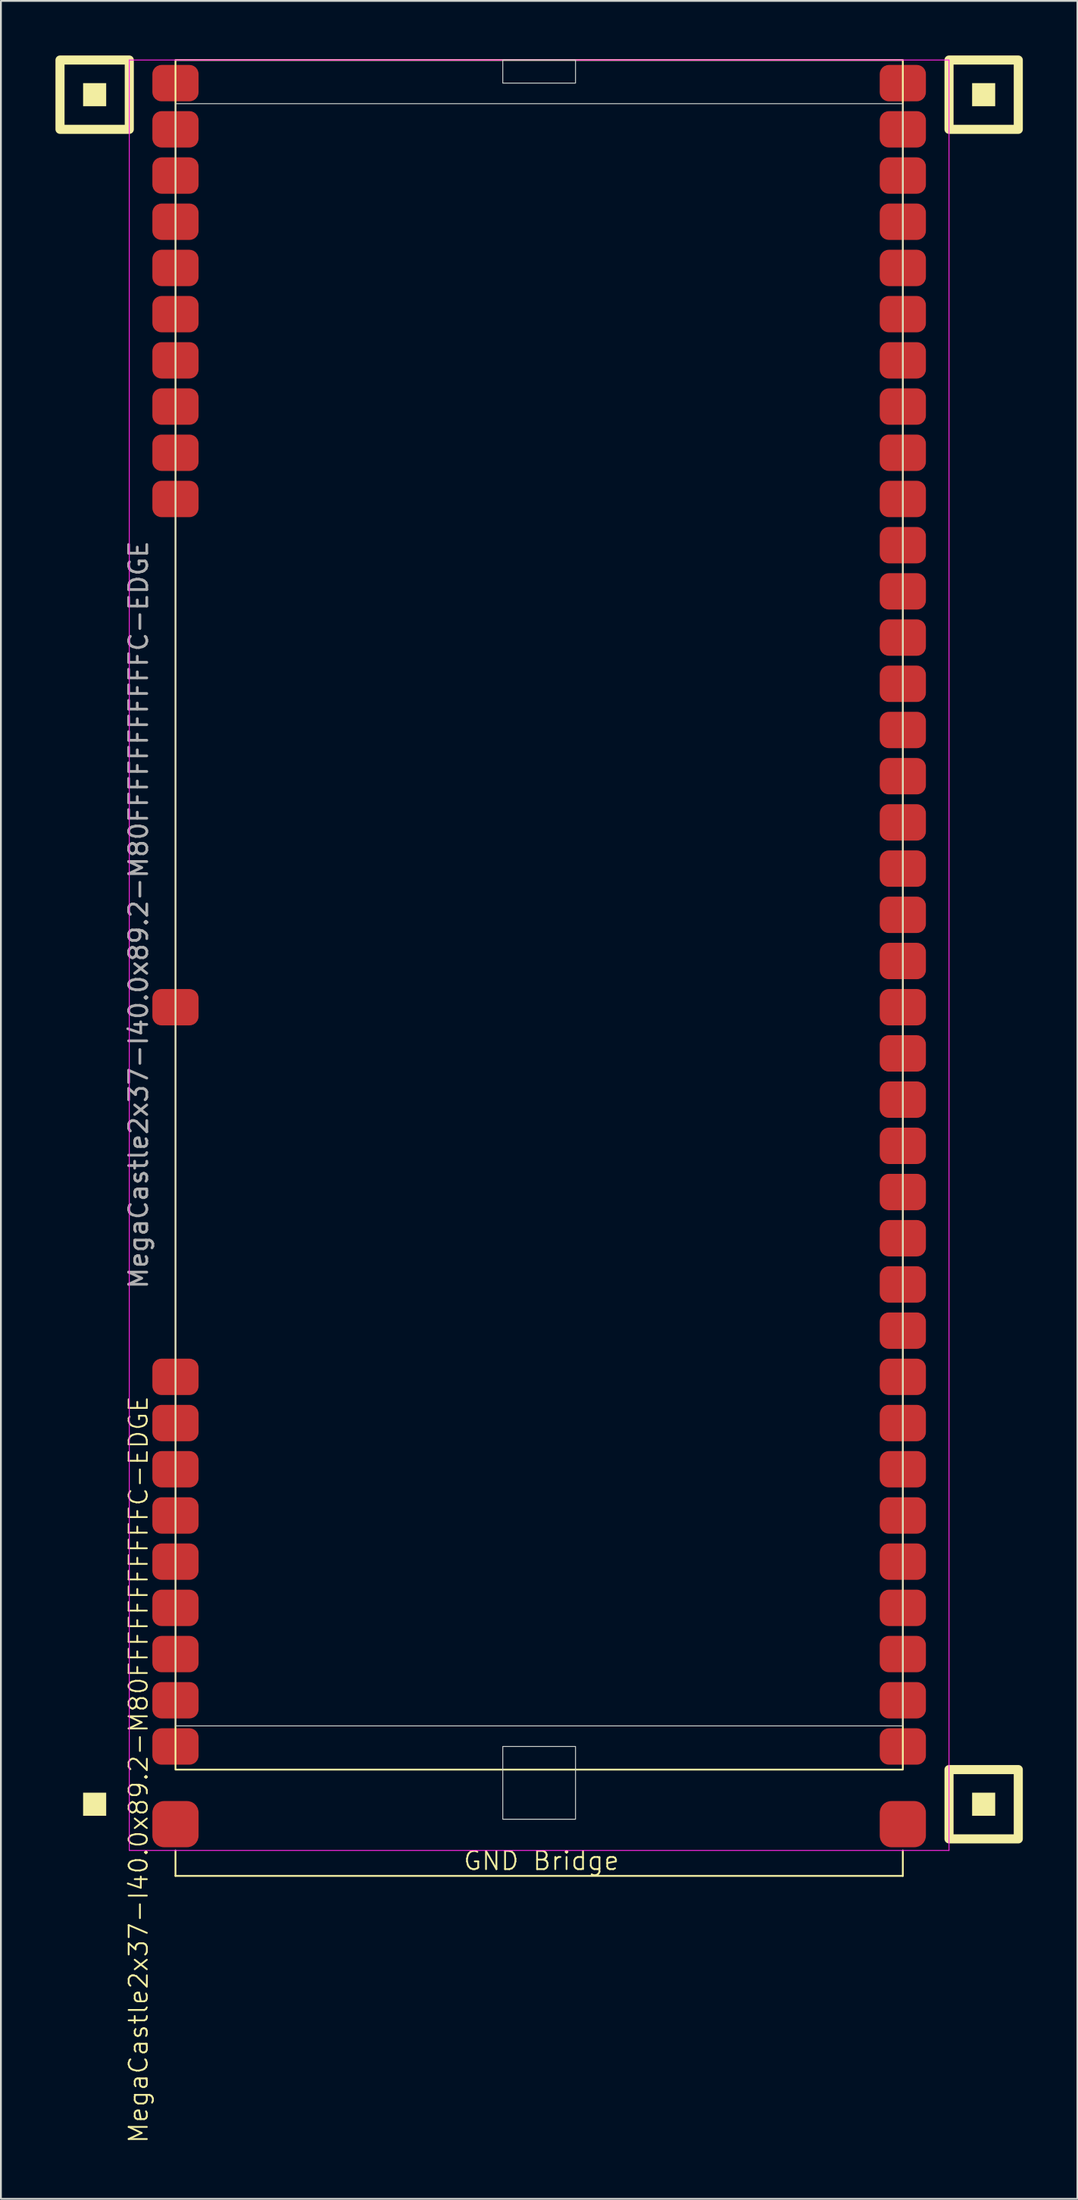
<source format=kicad_pcb>
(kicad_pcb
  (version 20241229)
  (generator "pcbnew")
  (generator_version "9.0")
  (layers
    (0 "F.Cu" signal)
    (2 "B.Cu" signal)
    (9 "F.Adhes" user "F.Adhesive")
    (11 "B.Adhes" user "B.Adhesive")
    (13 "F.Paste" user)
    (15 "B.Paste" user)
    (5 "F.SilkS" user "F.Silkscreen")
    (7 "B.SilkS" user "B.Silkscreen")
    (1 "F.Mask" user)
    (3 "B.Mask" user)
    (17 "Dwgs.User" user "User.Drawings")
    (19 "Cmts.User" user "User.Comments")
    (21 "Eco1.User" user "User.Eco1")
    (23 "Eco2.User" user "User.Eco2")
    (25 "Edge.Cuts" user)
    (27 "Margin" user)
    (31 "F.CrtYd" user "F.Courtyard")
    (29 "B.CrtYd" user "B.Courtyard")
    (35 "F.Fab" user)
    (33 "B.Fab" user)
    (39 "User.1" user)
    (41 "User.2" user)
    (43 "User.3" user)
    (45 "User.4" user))
  (footprint "MegaCastle2x37-I40.0x89.2-M80FFFFFFFFFFFC-EDGE"
    (layer "F.Cu")
    (at 26.6 47.24)
    (property "Reference" "MegaCastle2x37-I40.0x89.2-M80FFFFFFFFFFFC-EDGE" (at -22.032 46.99 90) (unlocked yes) (layer "F.SilkS") (effects (font (size 1 1) (thickness 0.1))))
    (attr smd)
    (fp_line (start -20 51.435) (end -20 52.835) (stroke (width 0.1) (type default)) (layer "F.SilkS"))
    (fp_line (start -20 52.835) (end 20 52.835) (stroke (width 0.1) (type default)) (layer "F.SilkS"))
    (fp_line (start 20 51.435) (end 20 52.835) (stroke (width 0.1) (type default)) (layer "F.SilkS"))
    (fp_rect (start -23.81 -44.45) (end -25.08 -45.72) (stroke (width 0) (type solid)) (fill yes) (layer "F.SilkS"))
    (fp_rect (start -23.81 49.53) (end -25.08 48.26) (stroke (width 0) (type solid)) (fill yes) (layer "F.SilkS"))
    (fp_rect (start -22.54 -43.18) (end -26.35 -46.99) (stroke (width 0.5) (type default)) (fill no) (layer "F.SilkS"))
    (fp_rect (start -20 -46.99) (end 20 46.99) (stroke (width 0.1) (type default)) (fill no) (layer "F.SilkS"))
    (fp_rect (start 25.08 -44.45) (end 23.81 -45.72) (stroke (width 0) (type solid)) (fill yes) (layer "F.SilkS"))
    (fp_rect (start 25.08 49.53) (end 23.81 48.26) (stroke (width 0) (type solid)) (fill yes) (layer "F.SilkS"))
    (fp_rect (start 26.35 -43.18) (end 22.54 -46.99) (stroke (width 0.5) (type default)) (fill no) (layer "F.SilkS"))
    (fp_rect (start 26.35 50.8) (end 22.54 46.99) (stroke (width 0.5) (type default)) (fill no) (layer "F.SilkS"))
    (fp_rect (start -20 -44.59) (end 20 44.59) (stroke (width 0.05) (type default)) (fill no) (layer "Edge.Cuts"))
    (fp_rect (start -2 -45.72) (end 2 -46.99) (stroke (width 0.05) (type default)) (fill no) (layer "Edge.Cuts"))
    (fp_rect (start -2 45.72) (end 2 49.72) (stroke (width 0.05) (type default)) (fill no) (layer "Edge.Cuts"))
    (fp_line (start -22.54 -46.99) (end -22.54 51.435) (stroke (width 0.05) (type default)) (layer "F.CrtYd"))
    (fp_line (start -22.54 51.435) (end 22.54 51.435) (stroke (width 0.05) (type default)) (layer "F.CrtYd"))
    (fp_line (start 22.54 -46.99) (end -22.54 -46.99) (stroke (width 0.05) (type default)) (layer "F.CrtYd"))
    (fp_line (start 22.54 -46.99) (end 22.54 51.435) (stroke (width 0.05) (type default)) (layer "F.CrtYd"))
    (fp_text user "GND Bridge" (at -4.226 52.59 0) (unlocked yes) (layer "F.SilkS") (effects (font (size 1 1) (thickness 0.1)) (justify left bottom)))
    (fp_text user "${REFERENCE}" (at -22.032 0 90) (unlocked yes) (layer "F.Fab") (effects (font (size 1 1) (thickness 0.15))))
    (pad "1" smd roundrect (at -20 -45.72) (size 2.54 2) (layers "F.Cu" "F.Mask" "F.Paste") (roundrect_rratio 0.25))
    (pad "2" smd roundrect (at -20 -43.18) (size 2.54 2) (layers "F.Cu" "F.Mask" "F.Paste") (roundrect_rratio 0.25))
    (pad "3" smd roundrect (at -20 -40.64) (size 2.54 2) (layers "F.Cu" "F.Mask" "F.Paste") (roundrect_rratio 0.25))
    (pad "4" smd roundrect (at -20 -38.1) (size 2.54 2) (layers "F.Cu" "F.Mask" "F.Paste") (roundrect_rratio 0.25))
    (pad "5" smd roundrect (at -20 -35.56) (size 2.54 2) (layers "F.Cu" "F.Mask" "F.Paste") (roundrect_rratio 0.25))
    (pad "6" smd roundrect (at -20 -33.02) (size 2.54 2) (layers "F.Cu" "F.Mask" "F.Paste") (roundrect_rratio 0.25))
    (pad "7" smd roundrect (at -20 -30.48) (size 2.54 2) (layers "F.Cu" "F.Mask" "F.Paste") (roundrect_rratio 0.25))
    (pad "8" smd roundrect (at -20 -27.94) (size 2.54 2) (layers "F.Cu" "F.Mask" "F.Paste") (roundrect_rratio 0.25))
    (pad "9" smd roundrect (at -20 -25.4) (size 2.54 2) (layers "F.Cu" "F.Mask" "F.Paste") (roundrect_rratio 0.25))
    (pad "10" smd roundrect (at -20 -22.86) (size 2.54 2) (layers "F.Cu" "F.Mask" "F.Paste") (roundrect_rratio 0.25))
    (pad "21" smd roundrect (at -20 5.08) (size 2.54 2) (layers "F.Cu" "F.Mask" "F.Paste") (roundrect_rratio 0.25))
    (pad "29" smd roundrect (at -20 25.4) (size 2.54 2) (layers "F.Cu" "F.Mask" "F.Paste") (roundrect_rratio 0.25))
    (pad "30" smd roundrect (at -20 27.94) (size 2.54 2) (layers "F.Cu" "F.Mask" "F.Paste") (roundrect_rratio 0.25))
    (pad "31" smd roundrect (at -20 30.48) (size 2.54 2) (layers "F.Cu" "F.Mask" "F.Paste") (roundrect_rratio 0.25))
    (pad "32" smd roundrect (at -20 33.02) (size 2.54 2) (layers "F.Cu" "F.Mask" "F.Paste") (roundrect_rratio 0.25))
    (pad "33" smd roundrect (at -20 35.56) (size 2.54 2) (layers "F.Cu" "F.Mask" "F.Paste") (roundrect_rratio 0.25))
    (pad "34" smd roundrect (at -20 38.1) (size 2.54 2) (layers "F.Cu" "F.Mask" "F.Paste") (roundrect_rratio 0.25))
    (pad "35" smd roundrect (at -20 40.64) (size 2.54 2) (layers "F.Cu" "F.Mask" "F.Paste") (roundrect_rratio 0.25))
    (pad "36" smd roundrect (at -20 43.18) (size 2.54 2) (layers "F.Cu" "F.Mask" "F.Paste") (roundrect_rratio 0.25))
    (pad "37" smd roundrect (at -20 45.72) (size 2.54 2) (layers "F.Cu" "F.Mask" "F.Paste") (roundrect_rratio 0.25))
    (pad "38" smd roundrect (at 20 -45.72) (size 2.54 2) (layers "F.Cu" "F.Mask" "F.Paste") (roundrect_rratio 0.25))
    (pad "39" smd roundrect (at 20 -43.18) (size 2.54 2) (layers "F.Cu" "F.Mask" "F.Paste") (roundrect_rratio 0.25))
    (pad "40" smd roundrect (at 20 -40.64) (size 2.54 2) (layers "F.Cu" "F.Mask" "F.Paste") (roundrect_rratio 0.25))
    (pad "41" smd roundrect (at 20 -38.1) (size 2.54 2) (layers "F.Cu" "F.Mask" "F.Paste") (roundrect_rratio 0.25))
    (pad "42" smd roundrect (at 20 -35.56) (size 2.54 2) (layers "F.Cu" "F.Mask" "F.Paste") (roundrect_rratio 0.25))
    (pad "43" smd roundrect (at 20 -33.02) (size 2.54 2) (layers "F.Cu" "F.Mask" "F.Paste") (roundrect_rratio 0.25))
    (pad "44" smd roundrect (at 20 -30.48) (size 2.54 2) (layers "F.Cu" "F.Mask" "F.Paste") (roundrect_rratio 0.25))
    (pad "45" smd roundrect (at 20 -27.94) (size 2.54 2) (layers "F.Cu" "F.Mask" "F.Paste") (roundrect_rratio 0.25))
    (pad "46" smd roundrect (at 20 -25.4) (size 2.54 2) (layers "F.Cu" "F.Mask" "F.Paste") (roundrect_rratio 0.25))
    (pad "47" smd roundrect (at 20 -22.86) (size 2.54 2) (layers "F.Cu" "F.Mask" "F.Paste") (roundrect_rratio 0.25))
    (pad "48" smd roundrect (at 20 -20.32) (size 2.54 2) (layers "F.Cu" "F.Mask" "F.Paste") (roundrect_rratio 0.25))
    (pad "49" smd roundrect (at 20 -17.78) (size 2.54 2) (layers "F.Cu" "F.Mask" "F.Paste") (roundrect_rratio 0.25))
    (pad "50" smd roundrect (at 20 -15.24) (size 2.54 2) (layers "F.Cu" "F.Mask" "F.Paste") (roundrect_rratio 0.25))
    (pad "51" smd roundrect (at 20 -12.7) (size 2.54 2) (layers "F.Cu" "F.Mask" "F.Paste") (roundrect_rratio 0.25))
    (pad "52" smd roundrect (at 20 -10.16) (size 2.54 2) (layers "F.Cu" "F.Mask" "F.Paste") (roundrect_rratio 0.25))
    (pad "53" smd roundrect (at 20 -7.62) (size 2.54 2) (layers "F.Cu" "F.Mask" "F.Paste") (roundrect_rratio 0.25))
    (pad "54" smd roundrect (at 20 -5.08) (size 2.54 2) (layers "F.Cu" "F.Mask" "F.Paste") (roundrect_rratio 0.25))
    (pad "55" smd roundrect (at 20 -2.54) (size 2.54 2) (layers "F.Cu" "F.Mask" "F.Paste") (roundrect_rratio 0.25))
    (pad "56" smd roundrect (at 20 0) (size 2.54 2) (layers "F.Cu" "F.Mask" "F.Paste") (roundrect_rratio 0.25))
    (pad "57" smd roundrect (at 20 2.54) (size 2.54 2) (layers "F.Cu" "F.Mask" "F.Paste") (roundrect_rratio 0.25))
    (pad "58" smd roundrect (at 20 5.08) (size 2.54 2) (layers "F.Cu" "F.Mask" "F.Paste") (roundrect_rratio 0.25))
    (pad "59" smd roundrect (at 20 7.62) (size 2.54 2) (layers "F.Cu" "F.Mask" "F.Paste") (roundrect_rratio 0.25))
    (pad "60" smd roundrect (at 20 10.16) (size 2.54 2) (layers "F.Cu" "F.Mask" "F.Paste") (roundrect_rratio 0.25))
    (pad "61" smd roundrect (at 20 12.7) (size 2.54 2) (layers "F.Cu" "F.Mask" "F.Paste") (roundrect_rratio 0.25))
    (pad "62" smd roundrect (at 20 15.24) (size 2.54 2) (layers "F.Cu" "F.Mask" "F.Paste") (roundrect_rratio 0.25))
    (pad "63" smd roundrect (at 20 17.78) (size 2.54 2) (layers "F.Cu" "F.Mask" "F.Paste") (roundrect_rratio 0.25))
    (pad "64" smd roundrect (at 20 20.32) (size 2.54 2) (layers "F.Cu" "F.Mask" "F.Paste") (roundrect_rratio 0.25))
    (pad "65" smd roundrect (at 20 22.86) (size 2.54 2) (layers "F.Cu" "F.Mask" "F.Paste") (roundrect_rratio 0.25))
    (pad "66" smd roundrect (at 20 25.4) (size 2.54 2) (layers "F.Cu" "F.Mask" "F.Paste") (roundrect_rratio 0.25))
    (pad "67" smd roundrect (at 20 27.94) (size 2.54 2) (layers "F.Cu" "F.Mask" "F.Paste") (roundrect_rratio 0.25))
    (pad "68" smd roundrect (at 20 30.48) (size 2.54 2) (layers "F.Cu" "F.Mask" "F.Paste") (roundrect_rratio 0.25))
    (pad "69" smd roundrect (at 20 33.02) (size 2.54 2) (layers "F.Cu" "F.Mask" "F.Paste") (roundrect_rratio 0.25))
    (pad "70" smd roundrect (at 20 35.56) (size 2.54 2) (layers "F.Cu" "F.Mask" "F.Paste") (roundrect_rratio 0.25))
    (pad "71" smd roundrect (at 20 38.1) (size 2.54 2) (layers "F.Cu" "F.Mask" "F.Paste") (roundrect_rratio 0.25))
    (pad "72" smd roundrect (at 20 40.64) (size 2.54 2) (layers "F.Cu" "F.Mask" "F.Paste") (roundrect_rratio 0.25))
    (pad "73" smd roundrect (at 20 43.18) (size 2.54 2) (layers "F.Cu" "F.Mask" "F.Paste") (roundrect_rratio 0.25))
    (pad "74" smd roundrect (at 20 45.72) (size 2.54 2) (layers "F.Cu" "F.Mask" "F.Paste") (roundrect_rratio 0.25))
    (pad "B1" smd roundrect (at -20 49.99) (size 2.54 2.54) (layers "F.Cu" "F.Mask" "F.Paste") (roundrect_rratio 0.25))
    (pad "B2" smd roundrect (at 20 49.99) (size 2.54 2.54) (layers "F.Cu" "F.Mask" "F.Paste") (roundrect_rratio 0.25)))
  (gr_rect
    (start -3 -3)
    (end 56.2 117.828)
    (stroke (width 0.1) (type default))
    (fill no)
    (layer "Edge.Cuts")))
</source>
